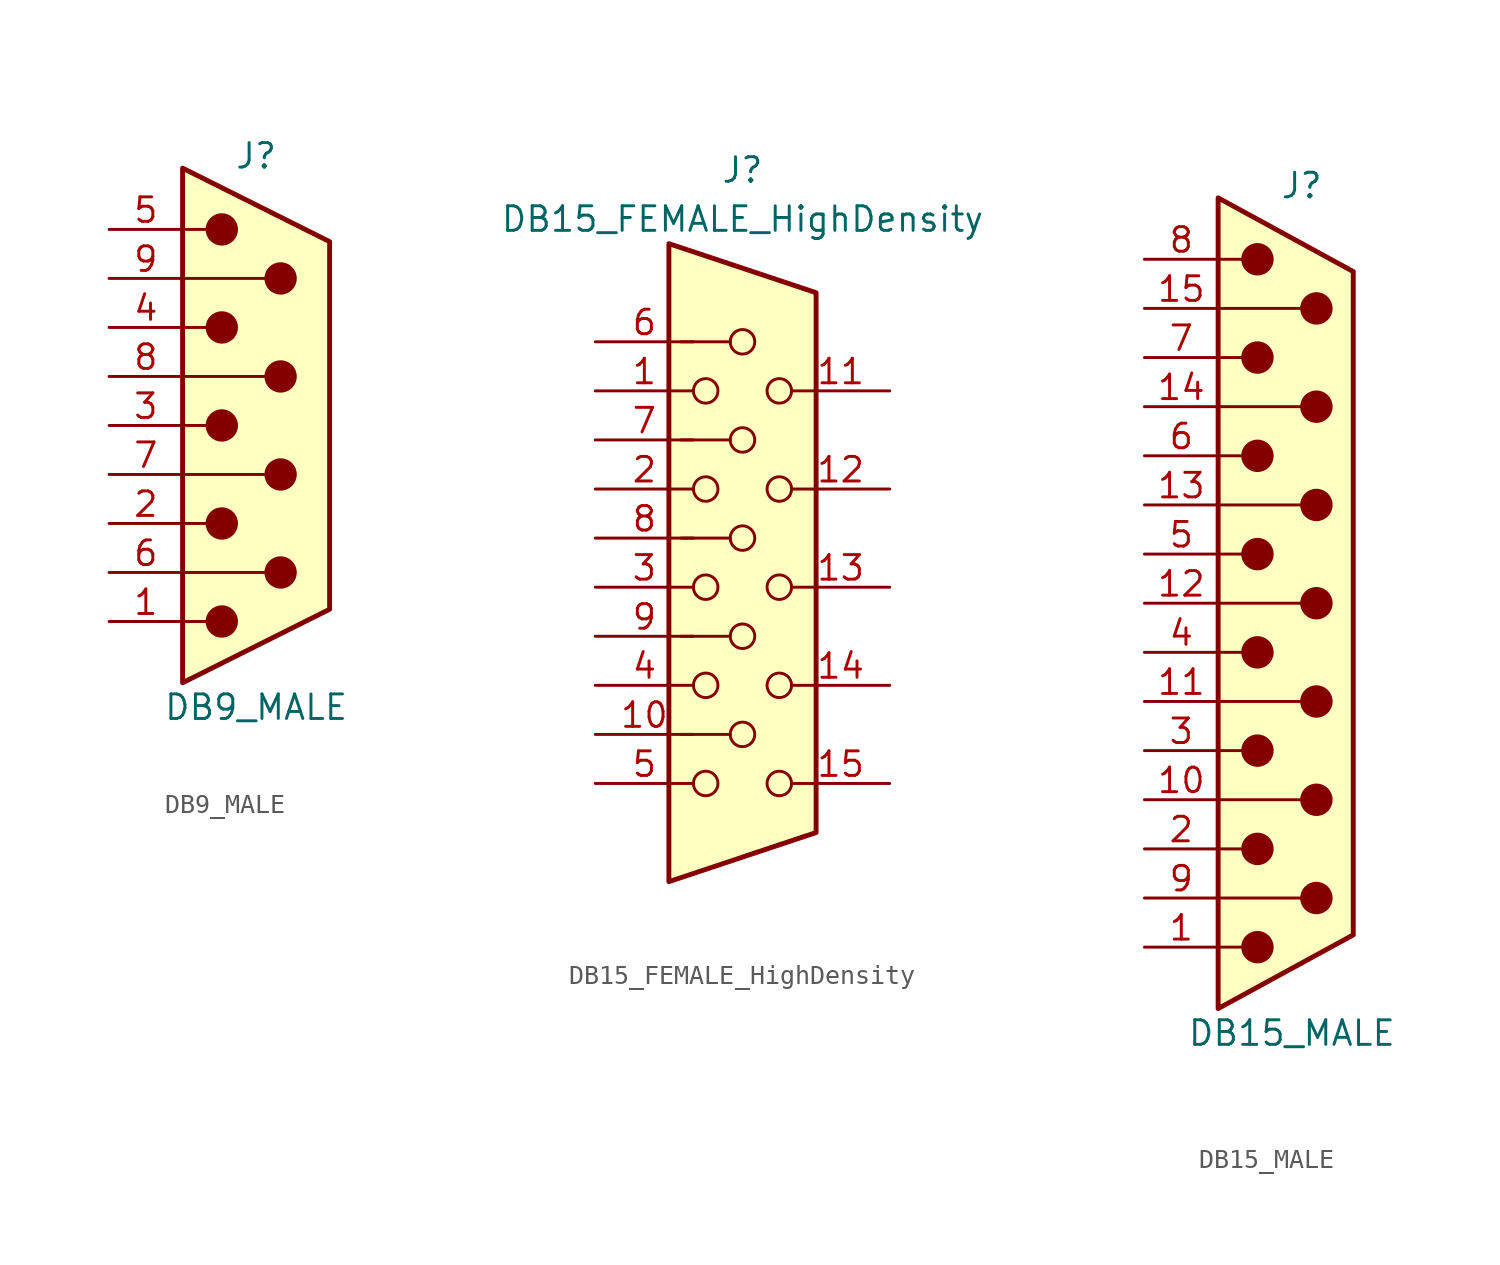
<source format=kicad_sym>
(kicad_symbol_lib
  (version 20211014)
  (generator kicad_symbol_editor)
  (symbol "DB9_MALE"
    (pin_names
      (offset 1.016) hide)
    (property "Reference" "J"
      (at 0 13.97 0)
      (effects (font (size 1.27 1.27))))
    (property "Value" "DB9_MALE"
      (at 0 -14.605 0)
      (effects (font (size 1.27 1.27))))
    (symbol "DB9_MALE_0_1"
      (circle (center -1.778 -10.16) (radius 0.762) (stroke (width 0) (type default) (color 0 0 0 0)) (fill (type outline)))
      (circle (center -1.778 -5.08) (radius 0.762) (stroke (width 0) (type default) (color 0 0 0 0)) (fill (type outline)))
      (circle (center -1.778 0) (radius 0.762) (stroke (width 0) (type default) (color 0 0 0 0)) (fill (type outline)))
      (circle (center -1.778 5.08) (radius 0.762) (stroke (width 0) (type default) (color 0 0 0 0)) (fill (type outline)))
      (circle (center -1.778 10.16) (radius 0.762) (stroke (width 0) (type default) (color 0 0 0 0)) (fill (type outline)))
      (polyline (pts (xy -3.81 -10.16) (xy -2.54 -10.16)) (stroke (width 0) (type default) (color 0 0 0 0)) (fill (type none)))
      (polyline (pts (xy -3.81 -7.62) (xy 0.508 -7.62)) (stroke (width 0) (type default) (color 0 0 0 0)) (fill (type none)))
      (polyline (pts (xy -3.81 -5.08) (xy -2.54 -5.08)) (stroke (width 0) (type default) (color 0 0 0 0)) (fill (type none)))
      (polyline (pts (xy -3.81 -2.54) (xy 0.508 -2.54)) (stroke (width 0) (type default) (color 0 0 0 0)) (fill (type none)))
      (polyline (pts (xy -3.81 0) (xy -2.54 0)) (stroke (width 0) (type default) (color 0 0 0 0)) (fill (type none)))
      (polyline (pts (xy -3.81 2.54) (xy 0.508 2.54)) (stroke (width 0) (type default) (color 0 0 0 0)) (fill (type none)))
      (polyline (pts (xy -3.81 5.08) (xy -2.54 5.08)) (stroke (width 0) (type default) (color 0 0 0 0)) (fill (type none)))
      (polyline (pts (xy -3.81 7.62) (xy 0.508 7.62)) (stroke (width 0) (type default) (color 0 0 0 0)) (fill (type none)))
      (polyline (pts (xy -3.81 10.16) (xy -2.54 10.16)) (stroke (width 0) (type default) (color 0 0 0 0)) (fill (type none)))
      (polyline (pts (xy -3.81 -13.335) (xy -3.81 13.335) (xy 3.81 9.525) (xy 3.81 -9.525) (xy -3.81 -13.335)) (stroke (width 0.254) (type default) (color 0 0 0 0)) (fill (type background)))
      (circle (center 1.27 -7.62) (radius 0.762) (stroke (width 0) (type default) (color 0 0 0 0)) (fill (type outline)))
      (circle (center 1.27 -2.54) (radius 0.762) (stroke (width 0) (type default) (color 0 0 0 0)) (fill (type outline)))
      (circle (center 1.27 2.54) (radius 0.762) (stroke (width 0) (type default) (color 0 0 0 0)) (fill (type outline)))
      (circle (center 1.27 7.62) (radius 0.762) (stroke (width 0) (type default) (color 0 0 0 0)) (fill (type outline))))
    (symbol "DB9_MALE_1_1"
      (pin passive line (at -7.62 -10.16 0) (length 3.81) (name "1" (effects (font (size 1.27 1.27)))) (number "1" (effects (font (size 1.27 1.27)))))
      (pin passive line (at -7.62 -5.08 0) (length 3.81) (name "2" (effects (font (size 1.27 1.27)))) (number "2" (effects (font (size 1.27 1.27)))))
      (pin passive line (at -7.62 0 0) (length 3.81) (name "3" (effects (font (size 1.27 1.27)))) (number "3" (effects (font (size 1.27 1.27)))))
      (pin passive line (at -7.62 5.08 0) (length 3.81) (name "4" (effects (font (size 1.27 1.27)))) (number "4" (effects (font (size 1.27 1.27)))))
      (pin passive line (at -7.62 10.16 0) (length 3.81) (name "5" (effects (font (size 1.27 1.27)))) (number "5" (effects (font (size 1.27 1.27)))))
      (pin passive line (at -7.62 -7.62 0) (length 3.81) (name "6" (effects (font (size 1.27 1.27)))) (number "6" (effects (font (size 1.27 1.27)))))
      (pin passive line (at -7.62 -2.54 0) (length 3.81) (name "7" (effects (font (size 1.27 1.27)))) (number "7" (effects (font (size 1.27 1.27)))))
      (pin passive line (at -7.62 2.54 0) (length 3.81) (name "8" (effects (font (size 1.27 1.27)))) (number "8" (effects (font (size 1.27 1.27)))))
      (pin passive line (at -7.62 7.62 0) (length 3.81) (name "9" (effects (font (size 1.27 1.27)))) (number "9" (effects (font (size 1.27 1.27)))))))
  (symbol "DB15_FEMALE_HighDensity"
    (pin_names
      (offset 1.016) hide)
    (property "Reference" "J"
      (at 0 21.59 0)
      (effects (font (size 1.27 1.27))))
    (property "Value" "DB15_FEMALE_HighDensity"
      (at 0 19.05 0)
      (effects (font (size 1.27 1.27))))
    (symbol "DB15_FEMALE_HighDensity_0_1"
      (circle (center -1.905 -10.16) (radius 0.635) (stroke (width 0) (type default) (color 0 0 0 0)) (fill (type none)))
      (circle (center -1.905 -5.08) (radius 0.635) (stroke (width 0) (type default) (color 0 0 0 0)) (fill (type none)))
      (circle (center -1.905 0) (radius 0.635) (stroke (width 0) (type default) (color 0 0 0 0)) (fill (type none)))
      (circle (center -1.905 5.08) (radius 0.635) (stroke (width 0) (type default) (color 0 0 0 0)) (fill (type none)))
      (circle (center -1.905 10.16) (radius 0.635) (stroke (width 0) (type default) (color 0 0 0 0)) (fill (type none)))
      (circle (center 0 -7.62) (radius 0.635) (stroke (width 0) (type default) (color 0 0 0 0)) (fill (type none)))
      (circle (center 0 -2.54) (radius 0.635) (stroke (width 0) (type default) (color 0 0 0 0)) (fill (type none)))
      (polyline (pts (xy -3.175 7.62) (xy -0.635 7.62)) (stroke (width 0) (type default) (color 0 0 0 0)) (fill (type none)))
      (polyline (pts (xy -0.635 -7.62) (xy -3.175 -7.62)) (stroke (width 0) (type default) (color 0 0 0 0)) (fill (type none)))
      (polyline (pts (xy -0.635 -2.54) (xy -3.175 -2.54)) (stroke (width 0) (type default) (color 0 0 0 0)) (fill (type none)))
      (polyline (pts (xy -0.635 2.54) (xy -3.175 2.54)) (stroke (width 0) (type default) (color 0 0 0 0)) (fill (type none)))
      (polyline (pts (xy -0.635 12.7) (xy -3.175 12.7)) (stroke (width 0) (type default) (color 0 0 0 0)) (fill (type none)))
      (polyline (pts (xy -3.81 17.78) (xy -3.81 -15.24) (xy 3.81 -12.7) (xy 3.81 15.24) (xy -3.81 17.78)) (stroke (width 0.254) (type default) (color 0 0 0 0)) (fill (type background)))
      (circle (center 0 2.54) (radius 0.635) (stroke (width 0) (type default) (color 0 0 0 0)) (fill (type none)))
      (circle (center 0 7.62) (radius 0.635) (stroke (width 0) (type default) (color 0 0 0 0)) (fill (type none)))
      (circle (center 0 12.7) (radius 0.635) (stroke (width 0) (type default) (color 0 0 0 0)) (fill (type none)))
      (circle (center 1.905 -10.16) (radius 0.635) (stroke (width 0) (type default) (color 0 0 0 0)) (fill (type none)))
      (circle (center 1.905 -5.08) (radius 0.635) (stroke (width 0) (type default) (color 0 0 0 0)) (fill (type none)))
      (circle (center 1.905 0) (radius 0.635) (stroke (width 0) (type default) (color 0 0 0 0)) (fill (type none)))
      (circle (center 1.905 5.08) (radius 0.635) (stroke (width 0) (type default) (color 0 0 0 0)) (fill (type none)))
      (circle (center 1.905 10.16) (radius 0.635) (stroke (width 0) (type default) (color 0 0 0 0)) (fill (type none))))
    (symbol "DB15_FEMALE_HighDensity_1_1"
      (pin passive line (at -7.62 10.16 0) (length 5.08) (name "~" (effects (font (size 1.27 1.27)))) (number "1" (effects (font (size 1.27 1.27)))))
      (pin passive line (at -7.62 -7.62 0) (length 5.08) (name "~" (effects (font (size 1.27 1.27)))) (number "10" (effects (font (size 1.27 1.27)))))
      (pin passive line (at 7.62 10.16 180) (length 5.08) (name "~" (effects (font (size 1.27 1.27)))) (number "11" (effects (font (size 1.27 1.27)))))
      (pin passive line (at 7.62 5.08 180) (length 5.08) (name "~" (effects (font (size 1.27 1.27)))) (number "12" (effects (font (size 1.27 1.27)))))
      (pin passive line (at 7.62 0 180) (length 5.08) (name "~" (effects (font (size 1.27 1.27)))) (number "13" (effects (font (size 1.27 1.27)))))
      (pin passive line (at 7.62 -5.08 180) (length 5.08) (name "~" (effects (font (size 1.27 1.27)))) (number "14" (effects (font (size 1.27 1.27)))))
      (pin passive line (at 7.62 -10.16 180) (length 5.08) (name "~" (effects (font (size 1.27 1.27)))) (number "15" (effects (font (size 1.27 1.27)))))
      (pin passive line (at -7.62 5.08 0) (length 5.08) (name "~" (effects (font (size 1.27 1.27)))) (number "2" (effects (font (size 1.27 1.27)))))
      (pin passive line (at -7.62 0 0) (length 5.08) (name "~" (effects (font (size 1.27 1.27)))) (number "3" (effects (font (size 1.27 1.27)))))
      (pin passive line (at -7.62 -5.08 0) (length 5.08) (name "~" (effects (font (size 1.27 1.27)))) (number "4" (effects (font (size 1.27 1.27)))))
      (pin passive line (at -7.62 -10.16 0) (length 5.08) (name "~" (effects (font (size 1.27 1.27)))) (number "5" (effects (font (size 1.27 1.27)))))
      (pin passive line (at -7.62 12.7 0) (length 5.08) (name "~" (effects (font (size 1.27 1.27)))) (number "6" (effects (font (size 1.27 1.27)))))
      (pin passive line (at -7.62 7.62 0) (length 5.08) (name "~" (effects (font (size 1.27 1.27)))) (number "7" (effects (font (size 1.27 1.27)))))
      (pin passive line (at -7.62 2.54 0) (length 5.08) (name "~" (effects (font (size 1.27 1.27)))) (number "8" (effects (font (size 1.27 1.27)))))
      (pin passive line (at -7.62 -2.54 0) (length 5.08) (name "~" (effects (font (size 1.27 1.27)))) (number "9" (effects (font (size 1.27 1.27)))))))
  (symbol "DB15_MALE"
    (pin_names
      (offset 1.016) hide)
    (property "Reference" "J"
      (at 0.508 21.59 0)
      (effects (font (size 1.27 1.27))))
    (property "Value" "DB15_MALE"
      (at 0 -22.225 0)
      (effects (font (size 1.27 1.27))))
    (symbol "DB15_MALE_0_1"
      (circle (center -1.778 -17.78) (radius 0.762) (stroke (width 0) (type default) (color 0 0 0 0)) (fill (type outline)))
      (circle (center -1.778 -12.7) (radius 0.762) (stroke (width 0) (type default) (color 0 0 0 0)) (fill (type outline)))
      (circle (center -1.778 -7.62) (radius 0.762) (stroke (width 0) (type default) (color 0 0 0 0)) (fill (type outline)))
      (circle (center -1.778 -2.54) (radius 0.762) (stroke (width 0) (type default) (color 0 0 0 0)) (fill (type outline)))
      (circle (center -1.778 2.54) (radius 0.762) (stroke (width 0) (type default) (color 0 0 0 0)) (fill (type outline)))
      (circle (center -1.778 7.62) (radius 0.762) (stroke (width 0) (type default) (color 0 0 0 0)) (fill (type outline)))
      (circle (center -1.778 12.7) (radius 0.762) (stroke (width 0) (type default) (color 0 0 0 0)) (fill (type outline)))
      (circle (center -1.778 17.78) (radius 0.762) (stroke (width 0) (type default) (color 0 0 0 0)) (fill (type outline)))
      (polyline (pts (xy -3.81 -17.78) (xy -2.54 -17.78)) (stroke (width 0) (type default) (color 0 0 0 0)) (fill (type none)))
      (polyline (pts (xy -3.81 -15.24) (xy 0.508 -15.24)) (stroke (width 0) (type default) (color 0 0 0 0)) (fill (type none)))
      (polyline (pts (xy -3.81 -12.7) (xy -2.54 -12.7)) (stroke (width 0) (type default) (color 0 0 0 0)) (fill (type none)))
      (polyline (pts (xy -3.81 -10.16) (xy 0.508 -10.16)) (stroke (width 0) (type default) (color 0 0 0 0)) (fill (type none)))
      (polyline (pts (xy -3.81 -7.62) (xy -2.54 -7.62)) (stroke (width 0) (type default) (color 0 0 0 0)) (fill (type none)))
      (polyline (pts (xy -3.81 -5.08) (xy 0.508 -5.08)) (stroke (width 0) (type default) (color 0 0 0 0)) (fill (type none)))
      (polyline (pts (xy -3.81 -2.54) (xy -2.54 -2.54)) (stroke (width 0) (type default) (color 0 0 0 0)) (fill (type none)))
      (polyline (pts (xy -3.81 0) (xy 0.508 0)) (stroke (width 0) (type default) (color 0 0 0 0)) (fill (type none)))
      (polyline (pts (xy -3.81 2.54) (xy -2.54 2.54)) (stroke (width 0) (type default) (color 0 0 0 0)) (fill (type none)))
      (polyline (pts (xy -3.81 5.08) (xy 0.508 5.08)) (stroke (width 0) (type default) (color 0 0 0 0)) (fill (type none)))
      (polyline (pts (xy -3.81 7.62) (xy -2.54 7.62)) (stroke (width 0) (type default) (color 0 0 0 0)) (fill (type none)))
      (polyline (pts (xy -3.81 10.16) (xy 0.508 10.16)) (stroke (width 0) (type default) (color 0 0 0 0)) (fill (type none)))
      (polyline (pts (xy -3.81 12.7) (xy -2.54 12.7)) (stroke (width 0) (type default) (color 0 0 0 0)) (fill (type none)))
      (polyline (pts (xy -3.81 15.24) (xy 0.508 15.24)) (stroke (width 0) (type default) (color 0 0 0 0)) (fill (type none)))
      (polyline (pts (xy -3.81 17.78) (xy -2.54 17.78)) (stroke (width 0) (type default) (color 0 0 0 0)) (fill (type none)))
      (polyline (pts (xy -3.81 -20.955) (xy 3.175 -17.145) (xy 3.175 17.145) (xy -3.81 20.955) (xy -3.81 -20.955)) (stroke (width 0.254) (type default) (color 0 0 0 0)) (fill (type background)))
      (circle (center 1.27 -15.24) (radius 0.762) (stroke (width 0) (type default) (color 0 0 0 0)) (fill (type outline)))
      (circle (center 1.27 -10.16) (radius 0.762) (stroke (width 0) (type default) (color 0 0 0 0)) (fill (type outline)))
      (circle (center 1.27 -5.08) (radius 0.762) (stroke (width 0) (type default) (color 0 0 0 0)) (fill (type outline)))
      (circle (center 1.27 0) (radius 0.762) (stroke (width 0) (type default) (color 0 0 0 0)) (fill (type outline)))
      (circle (center 1.27 5.08) (radius 0.762) (stroke (width 0) (type default) (color 0 0 0 0)) (fill (type outline)))
      (circle (center 1.27 10.16) (radius 0.762) (stroke (width 0) (type default) (color 0 0 0 0)) (fill (type outline)))
      (circle (center 1.27 15.24) (radius 0.762) (stroke (width 0) (type default) (color 0 0 0 0)) (fill (type outline))))
    (symbol "DB15_MALE_1_1"
      (pin passive line (at -7.62 -17.78 0) (length 3.81) (name "1" (effects (font (size 1.27 1.27)))) (number "1" (effects (font (size 1.27 1.27)))))
      (pin passive line (at -7.62 -10.16 0) (length 3.81) (name "P10" (effects (font (size 1.27 1.27)))) (number "10" (effects (font (size 1.27 1.27)))))
      (pin passive line (at -7.62 -5.08 0) (length 3.81) (name "P111" (effects (font (size 1.27 1.27)))) (number "11" (effects (font (size 1.27 1.27)))))
      (pin passive line (at -7.62 0 0) (length 3.81) (name "P12" (effects (font (size 1.27 1.27)))) (number "12" (effects (font (size 1.27 1.27)))))
      (pin passive line (at -7.62 5.08 0) (length 3.81) (name "P13" (effects (font (size 1.27 1.27)))) (number "13" (effects (font (size 1.27 1.27)))))
      (pin passive line (at -7.62 10.16 0) (length 3.81) (name "P14" (effects (font (size 1.27 1.27)))) (number "14" (effects (font (size 1.27 1.27)))))
      (pin passive line (at -7.62 15.24 0) (length 3.81) (name "P15" (effects (font (size 1.27 1.27)))) (number "15" (effects (font (size 1.27 1.27)))))
      (pin passive line (at -7.62 -12.7 0) (length 3.81) (name "2" (effects (font (size 1.27 1.27)))) (number "2" (effects (font (size 1.27 1.27)))))
      (pin passive line (at -7.62 -7.62 0) (length 3.81) (name "3" (effects (font (size 1.27 1.27)))) (number "3" (effects (font (size 1.27 1.27)))))
      (pin passive line (at -7.62 -2.54 0) (length 3.81) (name "4" (effects (font (size 1.27 1.27)))) (number "4" (effects (font (size 1.27 1.27)))))
      (pin passive line (at -7.62 2.54 0) (length 3.81) (name "5" (effects (font (size 1.27 1.27)))) (number "5" (effects (font (size 1.27 1.27)))))
      (pin passive line (at -7.62 7.62 0) (length 3.81) (name "6" (effects (font (size 1.27 1.27)))) (number "6" (effects (font (size 1.27 1.27)))))
      (pin passive line (at -7.62 12.7 0) (length 3.81) (name "7" (effects (font (size 1.27 1.27)))) (number "7" (effects (font (size 1.27 1.27)))))
      (pin passive line (at -7.62 17.78 0) (length 3.81) (name "8" (effects (font (size 1.27 1.27)))) (number "8" (effects (font (size 1.27 1.27)))))
      (pin passive line (at -7.62 -15.24 0) (length 3.81) (name "P9" (effects (font (size 1.27 1.27)))) (number "9" (effects (font (size 1.27 1.27))))))))
</source>
